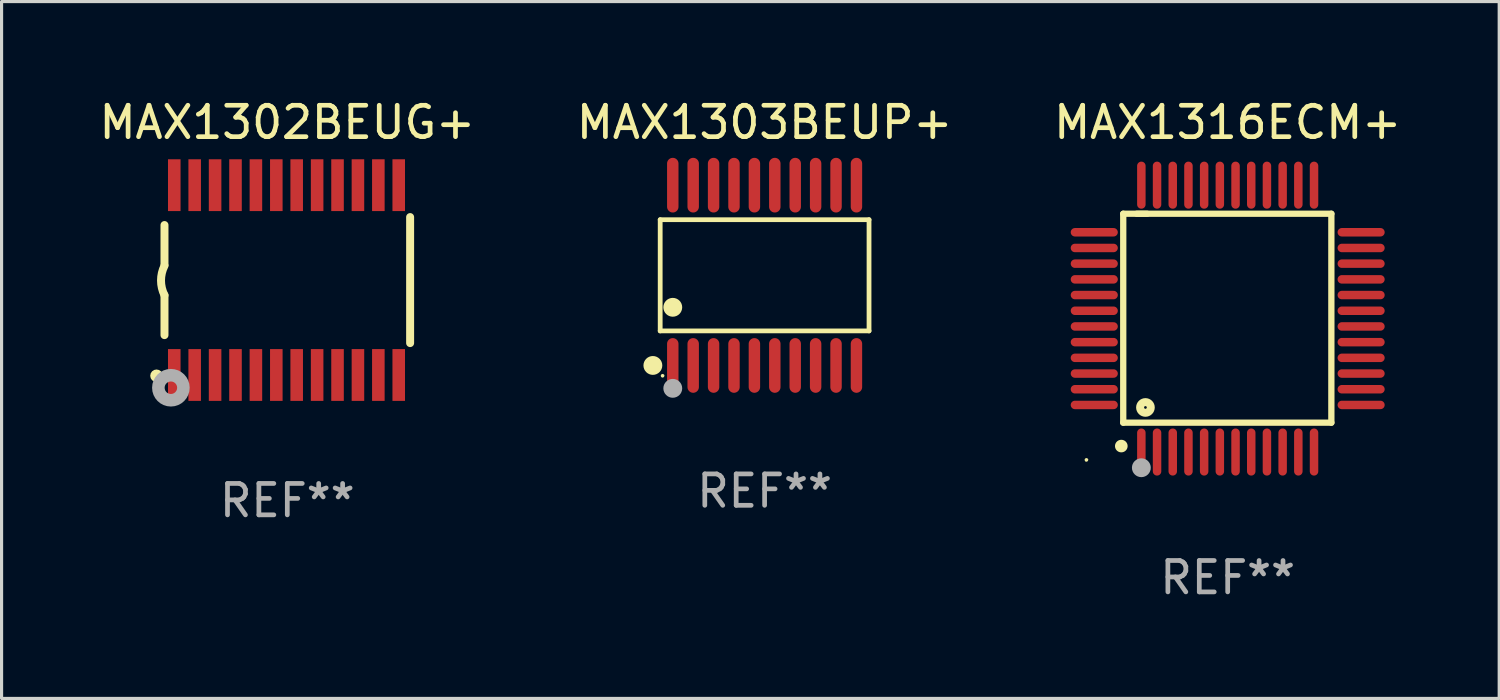
<source format=kicad_pcb>
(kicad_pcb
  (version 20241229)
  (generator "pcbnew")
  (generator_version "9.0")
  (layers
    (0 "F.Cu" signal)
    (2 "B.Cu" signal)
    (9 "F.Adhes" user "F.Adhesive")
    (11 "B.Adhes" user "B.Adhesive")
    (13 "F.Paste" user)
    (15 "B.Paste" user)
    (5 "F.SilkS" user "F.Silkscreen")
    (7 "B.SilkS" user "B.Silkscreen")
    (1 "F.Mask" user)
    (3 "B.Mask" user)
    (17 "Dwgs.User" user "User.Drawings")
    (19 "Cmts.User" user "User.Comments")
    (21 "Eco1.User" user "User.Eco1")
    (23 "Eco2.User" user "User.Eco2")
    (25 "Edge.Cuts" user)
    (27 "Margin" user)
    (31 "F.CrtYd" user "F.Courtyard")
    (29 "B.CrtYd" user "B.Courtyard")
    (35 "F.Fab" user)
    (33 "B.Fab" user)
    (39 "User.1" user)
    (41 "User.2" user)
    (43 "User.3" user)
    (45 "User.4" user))
  (footprint "MAX1316ECM+"
    (layer "F.Cu")
    (at 36.054 7.098)
    (property "Reference" "MAX1316ECM+" (at 0 -6.25 0) (layer "F.SilkS") (effects (font (size 1 1) (thickness 0.15))))
    (attr through_hole)
    (fp_line (start -3.327 -3.34) (end -2.565 -3.34) (stroke (width 0.2) (type solid)) (layer "F.SilkS"))
    (fp_line (start -3.327 3.315) (end -3.327 -3.34) (stroke (width 0.2) (type solid)) (layer "F.SilkS"))
    (fp_line (start -2.896 -3.34) (end 3.302 -3.34) (stroke (width 0.2) (type solid)) (layer "F.SilkS"))
    (fp_line (start 3.302 -3.34) (end 3.302 3.315) (stroke (width 0.2) (type solid)) (layer "F.SilkS"))
    (fp_line (start 3.302 3.315) (end -3.327 3.315) (stroke (width 0.2) (type solid)) (layer "F.SilkS"))
    (fp_arc (start -3.389992 4.059995) (mid -3.388722 4.059991) (end -3.387452 4.059995) (stroke (width 0.4) (type solid)) (layer "F.SilkS"))
    (fp_circle (center -4.5 4.5) (end -4.47 4.5) (stroke (width 0.06) (type solid)) (fill no) (layer "F.SilkS"))
    (fp_circle (center -2.62 2.83) (end -2.45 2.83) (stroke (width 0.254) (type solid)) (fill no) (layer "F.SilkS"))
    (fp_circle (center -2.75 4.75) (end -2.6 4.75) (stroke (width 0.3) (type solid)) (fill no) (layer "F.Fab"))
    (fp_text user "REF**" (at 0 8.25 0) (layer "F.Fab") (effects (font (size 1 1) (thickness 0.15))))
    (pad "1" smd oval (at -2.75 4.25) (size 0.27 1.5) (layers "F.Cu" "F.Mask" "F.Paste"))
    (pad "2" smd oval (at -2.25 4.25) (size 0.27 1.5) (layers "F.Cu" "F.Mask" "F.Paste"))
    (pad "3" smd oval (at -1.75 4.25) (size 0.27 1.5) (layers "F.Cu" "F.Mask" "F.Paste"))
    (pad "4" smd oval (at -1.25 4.25) (size 0.27 1.5) (layers "F.Cu" "F.Mask" "F.Paste"))
    (pad "5" smd oval (at -0.75 4.25) (size 0.27 1.5) (layers "F.Cu" "F.Mask" "F.Paste"))
    (pad "6" smd oval (at -0.25 4.25) (size 0.27 1.5) (layers "F.Cu" "F.Mask" "F.Paste"))
    (pad "7" smd oval (at 0.25 4.25) (size 0.27 1.5) (layers "F.Cu" "F.Mask" "F.Paste"))
    (pad "8" smd oval (at 0.75 4.25) (size 0.27 1.5) (layers "F.Cu" "F.Mask" "F.Paste"))
    (pad "9" smd oval (at 1.25 4.25) (size 0.27 1.5) (layers "F.Cu" "F.Mask" "F.Paste"))
    (pad "10" smd oval (at 1.75 4.25) (size 0.27 1.5) (layers "F.Cu" "F.Mask" "F.Paste"))
    (pad "11" smd oval (at 2.25 4.25) (size 0.27 1.5) (layers "F.Cu" "F.Mask" "F.Paste"))
    (pad "12" smd oval (at 2.75 4.25) (size 0.27 1.5) (layers "F.Cu" "F.Mask" "F.Paste"))
    (pad "13" smd oval (at 4.25 2.75) (size 1.5 0.27) (layers "F.Cu" "F.Mask" "F.Paste"))
    (pad "14" smd oval (at 4.25 2.25) (size 1.5 0.27) (layers "F.Cu" "F.Mask" "F.Paste"))
    (pad "15" smd oval (at 4.25 1.75) (size 1.5 0.27) (layers "F.Cu" "F.Mask" "F.Paste"))
    (pad "16" smd oval (at 4.25 1.25) (size 1.5 0.27) (layers "F.Cu" "F.Mask" "F.Paste"))
    (pad "17" smd oval (at 4.25 0.75) (size 1.5 0.27) (layers "F.Cu" "F.Mask" "F.Paste"))
    (pad "18" smd oval (at 4.25 0.25) (size 1.5 0.27) (layers "F.Cu" "F.Mask" "F.Paste"))
    (pad "19" smd oval (at 4.25 -0.25) (size 1.5 0.27) (layers "F.Cu" "F.Mask" "F.Paste"))
    (pad "20" smd oval (at 4.25 -0.75) (size 1.5 0.27) (layers "F.Cu" "F.Mask" "F.Paste"))
    (pad "21" smd oval (at 4.25 -1.25) (size 1.5 0.27) (layers "F.Cu" "F.Mask" "F.Paste"))
    (pad "22" smd oval (at 4.25 -1.75) (size 1.5 0.27) (layers "F.Cu" "F.Mask" "F.Paste"))
    (pad "23" smd oval (at 4.25 -2.25) (size 1.5 0.27) (layers "F.Cu" "F.Mask" "F.Paste"))
    (pad "24" smd oval (at 4.25 -2.75) (size 1.5 0.27) (layers "F.Cu" "F.Mask" "F.Paste"))
    (pad "25" smd oval (at 2.75 -4.25) (size 0.27 1.5) (layers "F.Cu" "F.Mask" "F.Paste"))
    (pad "26" smd oval (at 2.25 -4.25) (size 0.27 1.5) (layers "F.Cu" "F.Mask" "F.Paste"))
    (pad "27" smd oval (at 1.75 -4.25) (size 0.27 1.5) (layers "F.Cu" "F.Mask" "F.Paste"))
    (pad "28" smd oval (at 1.25 -4.25) (size 0.27 1.5) (layers "F.Cu" "F.Mask" "F.Paste"))
    (pad "29" smd oval (at 0.75 -4.25) (size 0.27 1.5) (layers "F.Cu" "F.Mask" "F.Paste"))
    (pad "30" smd oval (at 0.25 -4.25) (size 0.27 1.5) (layers "F.Cu" "F.Mask" "F.Paste"))
    (pad "31" smd oval (at -0.25 -4.25) (size 0.27 1.5) (layers "F.Cu" "F.Mask" "F.Paste"))
    (pad "32" smd oval (at -0.75 -4.25) (size 0.27 1.5) (layers "F.Cu" "F.Mask" "F.Paste"))
    (pad "33" smd oval (at -1.25 -4.25) (size 0.27 1.5) (layers "F.Cu" "F.Mask" "F.Paste"))
    (pad "34" smd oval (at -1.75 -4.25) (size 0.27 1.5) (layers "F.Cu" "F.Mask" "F.Paste"))
    (pad "35" smd oval (at -2.25 -4.25) (size 0.27 1.5) (layers "F.Cu" "F.Mask" "F.Paste"))
    (pad "36" smd oval (at -2.75 -4.25) (size 0.27 1.5) (layers "F.Cu" "F.Mask" "F.Paste"))
    (pad "37" smd oval (at -4.25 -2.75) (size 1.5 0.27) (layers "F.Cu" "F.Mask" "F.Paste"))
    (pad "38" smd oval (at -4.25 -2.25) (size 1.5 0.27) (layers "F.Cu" "F.Mask" "F.Paste"))
    (pad "39" smd oval (at -4.25 -1.75) (size 1.5 0.27) (layers "F.Cu" "F.Mask" "F.Paste"))
    (pad "40" smd oval (at -4.25 -1.25) (size 1.5 0.27) (layers "F.Cu" "F.Mask" "F.Paste"))
    (pad "41" smd oval (at -4.25 -0.75) (size 1.5 0.27) (layers "F.Cu" "F.Mask" "F.Paste"))
    (pad "42" smd oval (at -4.25 -0.25) (size 1.5 0.27) (layers "F.Cu" "F.Mask" "F.Paste"))
    (pad "43" smd oval (at -4.25 0.25) (size 1.5 0.27) (layers "F.Cu" "F.Mask" "F.Paste"))
    (pad "44" smd oval (at -4.25 0.75) (size 1.5 0.27) (layers "F.Cu" "F.Mask" "F.Paste"))
    (pad "45" smd oval (at -4.25 1.25) (size 1.5 0.27) (layers "F.Cu" "F.Mask" "F.Paste"))
    (pad "46" smd oval (at -4.25 1.75) (size 1.5 0.27) (layers "F.Cu" "F.Mask" "F.Paste"))
    (pad "47" smd oval (at -4.25 2.25) (size 1.5 0.27) (layers "F.Cu" "F.Mask" "F.Paste"))
    (pad "48" smd oval (at -4.25 2.75) (size 1.5 0.27) (layers "F.Cu" "F.Mask" "F.Paste")))
  (footprint "MAX1303BEUP+"
    (layer "F.Cu")
    (at 21.304 5.719)
    (property "Reference" "MAX1303BEUP+" (at 0 -4.871 0) (layer "F.SilkS") (effects (font (size 1 1) (thickness 0.15))))
    (attr through_hole)
    (fp_line (start -3.326 -1.771) (end 3.326 -1.771) (stroke (width 0.152) (type solid)) (layer "F.SilkS"))
    (fp_line (start -3.326 1.771) (end -3.326 -1.771) (stroke (width 0.152) (type solid)) (layer "F.SilkS"))
    (fp_line (start 3.326 -1.771) (end 3.326 1.771) (stroke (width 0.152) (type solid)) (layer "F.SilkS"))
    (fp_line (start 3.326 1.771) (end -3.326 1.771) (stroke (width 0.152) (type solid)) (layer "F.SilkS"))
    (fp_circle (center -3.559 2.871) (end -3.409 2.871) (stroke (width 0.3) (type solid)) (fill no) (layer "F.SilkS"))
    (fp_circle (center -3.25 3.2) (end -3.22 3.2) (stroke (width 0.06) (type solid)) (fill no) (layer "F.SilkS"))
    (fp_circle (center -2.925 1.019) (end -2.775 1.019) (stroke (width 0.3) (type solid)) (fill no) (layer "F.SilkS"))
    (fp_circle (center -2.925 3.6) (end -2.775 3.6) (stroke (width 0.3) (type solid)) (fill no) (layer "F.Fab"))
    (fp_text user "REF**" (at 0 6.871 0) (layer "F.Fab") (effects (font (size 1 1) (thickness 0.15))))
    (pad "1" smd oval (at -2.925 2.871) (size 0.364 1.742) (layers "F.Cu" "F.Mask" "F.Paste"))
    (pad "2" smd oval (at -2.275 2.871) (size 0.364 1.742) (layers "F.Cu" "F.Mask" "F.Paste"))
    (pad "3" smd oval (at -1.625 2.871) (size 0.364 1.742) (layers "F.Cu" "F.Mask" "F.Paste"))
    (pad "4" smd oval (at -0.975 2.871) (size 0.364 1.742) (layers "F.Cu" "F.Mask" "F.Paste"))
    (pad "5" smd oval (at -0.325 2.871) (size 0.364 1.742) (layers "F.Cu" "F.Mask" "F.Paste"))
    (pad "6" smd oval (at 0.325 2.871) (size 0.364 1.742) (layers "F.Cu" "F.Mask" "F.Paste"))
    (pad "7" smd oval (at 0.975 2.871) (size 0.364 1.742) (layers "F.Cu" "F.Mask" "F.Paste"))
    (pad "8" smd oval (at 1.625 2.871) (size 0.364 1.742) (layers "F.Cu" "F.Mask" "F.Paste"))
    (pad "9" smd oval (at 2.275 2.871) (size 0.364 1.742) (layers "F.Cu" "F.Mask" "F.Paste"))
    (pad "10" smd oval (at 2.925 2.871) (size 0.364 1.742) (layers "F.Cu" "F.Mask" "F.Paste"))
    (pad "11" smd oval (at 2.925 -2.871) (size 0.364 1.742) (layers "F.Cu" "F.Mask" "F.Paste"))
    (pad "12" smd oval (at 2.275 -2.871) (size 0.364 1.742) (layers "F.Cu" "F.Mask" "F.Paste"))
    (pad "13" smd oval (at 1.625 -2.871) (size 0.364 1.742) (layers "F.Cu" "F.Mask" "F.Paste"))
    (pad "14" smd oval (at 0.975 -2.871) (size 0.364 1.742) (layers "F.Cu" "F.Mask" "F.Paste"))
    (pad "15" smd oval (at 0.325 -2.871) (size 0.364 1.742) (layers "F.Cu" "F.Mask" "F.Paste"))
    (pad "16" smd oval (at -0.325 -2.871) (size 0.364 1.742) (layers "F.Cu" "F.Mask" "F.Paste"))
    (pad "17" smd oval (at -0.975 -2.871) (size 0.364 1.742) (layers "F.Cu" "F.Mask" "F.Paste"))
    (pad "18" smd oval (at -1.625 -2.871) (size 0.364 1.742) (layers "F.Cu" "F.Mask" "F.Paste"))
    (pad "19" smd oval (at -2.275 -2.871) (size 0.364 1.742) (layers "F.Cu" "F.Mask" "F.Paste"))
    (pad "20" smd oval (at -2.925 -2.871) (size 0.364 1.742) (layers "F.Cu" "F.Mask" "F.Paste")))
  (footprint "MAX1302BEUG+"
    (layer "F.Cu")
    (at 6.101 5.871)
    (property "Reference" "MAX1302BEUG+" (at 0 -5.023 0) (layer "F.SilkS") (effects (font (size 1 1) (thickness 0.15))))
    (attr through_hole)
    (fp_line (start -3.912 -0.483) (end -3.912 -1.753) (stroke (width 0.254) (type solid)) (layer "F.SilkS"))
    (fp_line (start -3.912 1.753) (end -3.912 0.483) (stroke (width 0.254) (type solid)) (layer "F.SilkS"))
    (fp_line (start 3.912 -2.007) (end 3.912 2.007) (stroke (width 0.254) (type solid)) (layer "F.SilkS"))
    (fp_arc (start -3.911608 0.482601) (mid -4.022537 0.0127) (end -3.911608 -0.457201) (stroke (width 0.254001) (type solid)) (layer "F.SilkS"))
    (fp_circle (center -4.166 3.048) (end -4.066 3.048) (stroke (width 0.2) (type solid)) (fill no) (layer "F.SilkS"))
    (fp_circle (center -3.925 3.186) (end -3.895 3.186) (stroke (width 0.06) (type solid)) (fill no) (layer "F.SilkS"))
    (fp_circle (center -3.708 3.429) (end -3.509 3.429) (stroke (width 0.4) (type solid)) (fill no) (layer "F.Fab"))
    (fp_text user "REF**" (at 0 7.023 0) (layer "F.Fab") (effects (font (size 1 1) (thickness 0.15))))
    (pad "1" smd rect (at -3.6 3.023) (size 0.4 1.65) (layers "F.Cu" "F.Mask" "F.Paste"))
    (pad "2" smd rect (at -2.95 3.023) (size 0.4 1.65) (layers "F.Cu" "F.Mask" "F.Paste"))
    (pad "3" smd rect (at -2.3 3.023) (size 0.4 1.65) (layers "F.Cu" "F.Mask" "F.Paste"))
    (pad "4" smd rect (at -1.65 3.023) (size 0.4 1.65) (layers "F.Cu" "F.Mask" "F.Paste"))
    (pad "5" smd rect (at -1 3.023) (size 0.4 1.65) (layers "F.Cu" "F.Mask" "F.Paste"))
    (pad "6" smd rect (at -0.35 3.023) (size 0.4 1.65) (layers "F.Cu" "F.Mask" "F.Paste"))
    (pad "7" smd rect (at 0.299 3.023) (size 0.4 1.65) (layers "F.Cu" "F.Mask" "F.Paste"))
    (pad "8" smd rect (at 0.95 3.023) (size 0.4 1.65) (layers "F.Cu" "F.Mask" "F.Paste"))
    (pad "9" smd rect (at 1.6 3.023) (size 0.4 1.65) (layers "F.Cu" "F.Mask" "F.Paste"))
    (pad "10" smd rect (at 2.25 3.023) (size 0.4 1.65) (layers "F.Cu" "F.Mask" "F.Paste"))
    (pad "11" smd rect (at 2.9 3.023) (size 0.4 1.65) (layers "F.Cu" "F.Mask" "F.Paste"))
    (pad "12" smd rect (at 3.549 3.023) (size 0.4 1.65) (layers "F.Cu" "F.Mask" "F.Paste"))
    (pad "13" smd rect (at 3.549 -3.023) (size 0.4 1.65) (layers "F.Cu" "F.Mask" "F.Paste"))
    (pad "14" smd rect (at 2.9 -3.023) (size 0.4 1.65) (layers "F.Cu" "F.Mask" "F.Paste"))
    (pad "15" smd rect (at 2.25 -3.023) (size 0.4 1.65) (layers "F.Cu" "F.Mask" "F.Paste"))
    (pad "16" smd rect (at 1.6 -3.023) (size 0.4 1.65) (layers "F.Cu" "F.Mask" "F.Paste"))
    (pad "17" smd rect (at 0.95 -3.023) (size 0.4 1.65) (layers "F.Cu" "F.Mask" "F.Paste"))
    (pad "18" smd rect (at 0.299 -3.023) (size 0.4 1.65) (layers "F.Cu" "F.Mask" "F.Paste"))
    (pad "19" smd rect (at -0.35 -3.023) (size 0.4 1.65) (layers "F.Cu" "F.Mask" "F.Paste"))
    (pad "20" smd rect (at -1 -3.023) (size 0.4 1.65) (layers "F.Cu" "F.Mask" "F.Paste"))
    (pad "21" smd rect (at -1.65 -3.023) (size 0.4 1.65) (layers "F.Cu" "F.Mask" "F.Paste"))
    (pad "22" smd rect (at -2.3 -3.023) (size 0.4 1.65) (layers "F.Cu" "F.Mask" "F.Paste"))
    (pad "23" smd rect (at -2.95 -3.023) (size 0.4 1.65) (layers "F.Cu" "F.Mask" "F.Paste"))
    (pad "24" smd rect (at -3.6 -3.023) (size 0.4 1.65) (layers "F.Cu" "F.Mask" "F.Paste")))
  (gr_rect
    (start -3 -3)
    (end 44.702 19.196)
    (stroke (width 0.1) (type default))
    (fill no)
    (layer "Edge.Cuts")))
</source>
